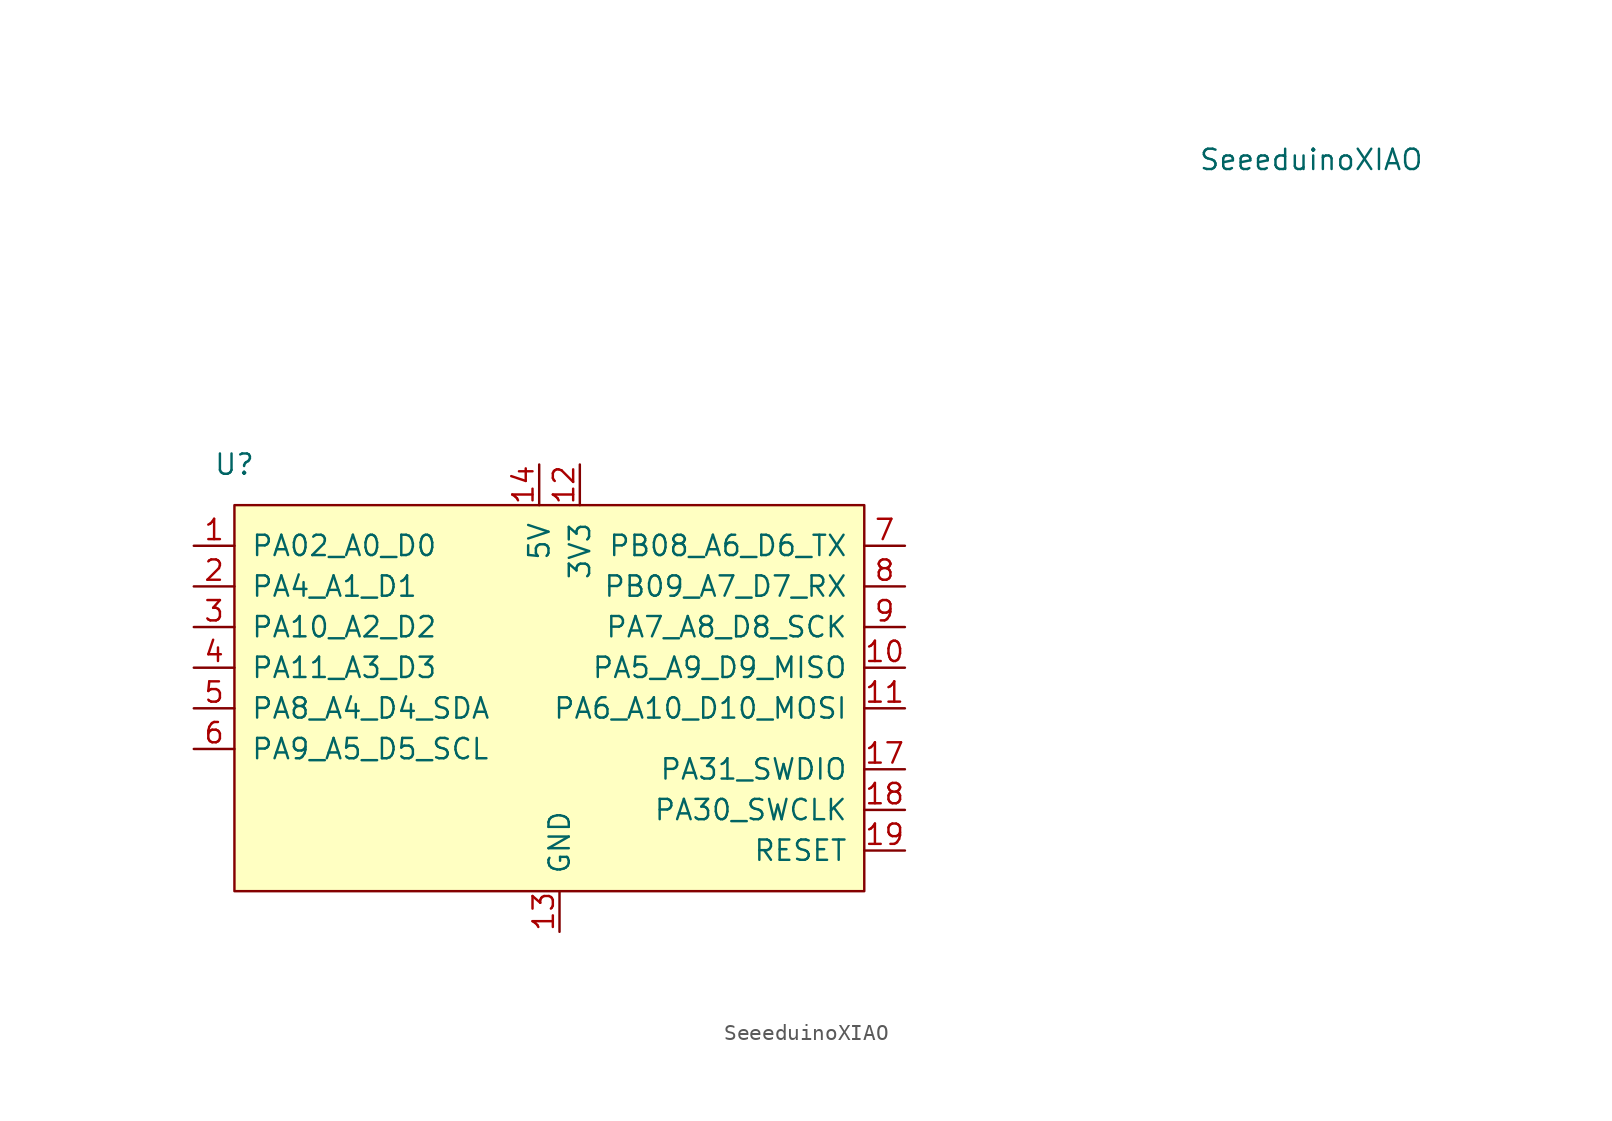
<source format=kicad_sym>
(kicad_symbol_lib
  (version 20231120)
  (generator "kicad_symbol_editor")
  (generator_version "8.0")
  (symbol "SeeeduinoXIAO"
    (pin_names
      (offset 1.016))
    (property "Reference" "U"
      (at -20.32 22.86 0)
      (effects (font (size 1.27 1.27))))
    (property "Value" "SeeeduinoXIAO"
      (at 46.99 41.91 0)
      (effects (font (size 1.27 1.27))))
    (symbol "SeeeduinoXIAO_0_1"
      (rectangle (start -20.32 20.32) (end 19.05 -3.81) (stroke (width 0) (type solid)) (fill (type background))))
    (symbol "SeeeduinoXIAO_1_1"
      (pin unspecified line (at -22.86 17.78 0) (length 2.54) (name "PA02_A0_D0" (effects (font (size 1.27 1.27)))) (number "1" (effects (font (size 1.27 1.27)))))
      (pin unspecified line (at 21.59 10.16 180) (length 2.54) (name "PA5_A9_D9_MISO" (effects (font (size 1.27 1.27)))) (number "10" (effects (font (size 1.27 1.27)))))
      (pin unspecified line (at 21.59 7.62 180) (length 2.54) (name "PA6_A10_D10_MOSI" (effects (font (size 1.27 1.27)))) (number "11" (effects (font (size 1.27 1.27)))))
      (pin unspecified line (at 1.27 22.86 270) (length 2.54) (name "3V3" (effects (font (size 1.27 1.27)))) (number "12" (effects (font (size 1.27 1.27)))))
      (pin unspecified line (at 0 -6.35 90) (length 2.54) (name "GND" (effects (font (size 1.27 1.27)))) (number "13" (effects (font (size 1.27 1.27)))))
      (pin unspecified line (at -1.27 22.86 270) (length 2.54) (name "5V" (effects (font (size 1.27 1.27)))) (number "14" (effects (font (size 1.27 1.27)))))
      (pin input line (at 21.59 3.81 180) (length 2.54) (name "PA31_SWDIO" (effects (font (size 1.27 1.27)))) (number "17" (effects (font (size 1.27 1.27)))))
      (pin input line (at 21.59 1.27 180) (length 2.54) (name "PA30_SWCLK" (effects (font (size 1.27 1.27)))) (number "18" (effects (font (size 1.27 1.27)))))
      (pin input line (at 21.59 -1.27 180) (length 2.54) (name "RESET" (effects (font (size 1.27 1.27)))) (number "19" (effects (font (size 1.27 1.27)))))
      (pin unspecified line (at -22.86 15.24 0) (length 2.54) (name "PA4_A1_D1" (effects (font (size 1.27 1.27)))) (number "2" (effects (font (size 1.27 1.27)))))
      (pin input line (at 0 -6.35 90) (length 2.54) hide (name "GND" (effects (font (size 1.27 1.27)))) (number "20" (effects (font (size 1.27 1.27)))))
      (pin unspecified line (at -22.86 12.7 0) (length 2.54) (name "PA10_A2_D2" (effects (font (size 1.27 1.27)))) (number "3" (effects (font (size 1.27 1.27)))))
      (pin unspecified line (at -22.86 10.16 0) (length 2.54) (name "PA11_A3_D3" (effects (font (size 1.27 1.27)))) (number "4" (effects (font (size 1.27 1.27)))))
      (pin unspecified line (at -22.86 7.62 0) (length 2.54) (name "PA8_A4_D4_SDA" (effects (font (size 1.27 1.27)))) (number "5" (effects (font (size 1.27 1.27)))))
      (pin unspecified line (at -22.86 5.08 0) (length 2.54) (name "PA9_A5_D5_SCL" (effects (font (size 1.27 1.27)))) (number "6" (effects (font (size 1.27 1.27)))))
      (pin unspecified line (at 21.59 17.78 180) (length 2.54) (name "PB08_A6_D6_TX" (effects (font (size 1.27 1.27)))) (number "7" (effects (font (size 1.27 1.27)))))
      (pin unspecified line (at 21.59 15.24 180) (length 2.54) (name "PB09_A7_D7_RX" (effects (font (size 1.27 1.27)))) (number "8" (effects (font (size 1.27 1.27)))))
      (pin unspecified line (at 21.59 12.7 180) (length 2.54) (name "PA7_A8_D8_SCK" (effects (font (size 1.27 1.27)))) (number "9" (effects (font (size 1.27 1.27))))))))
</source>
